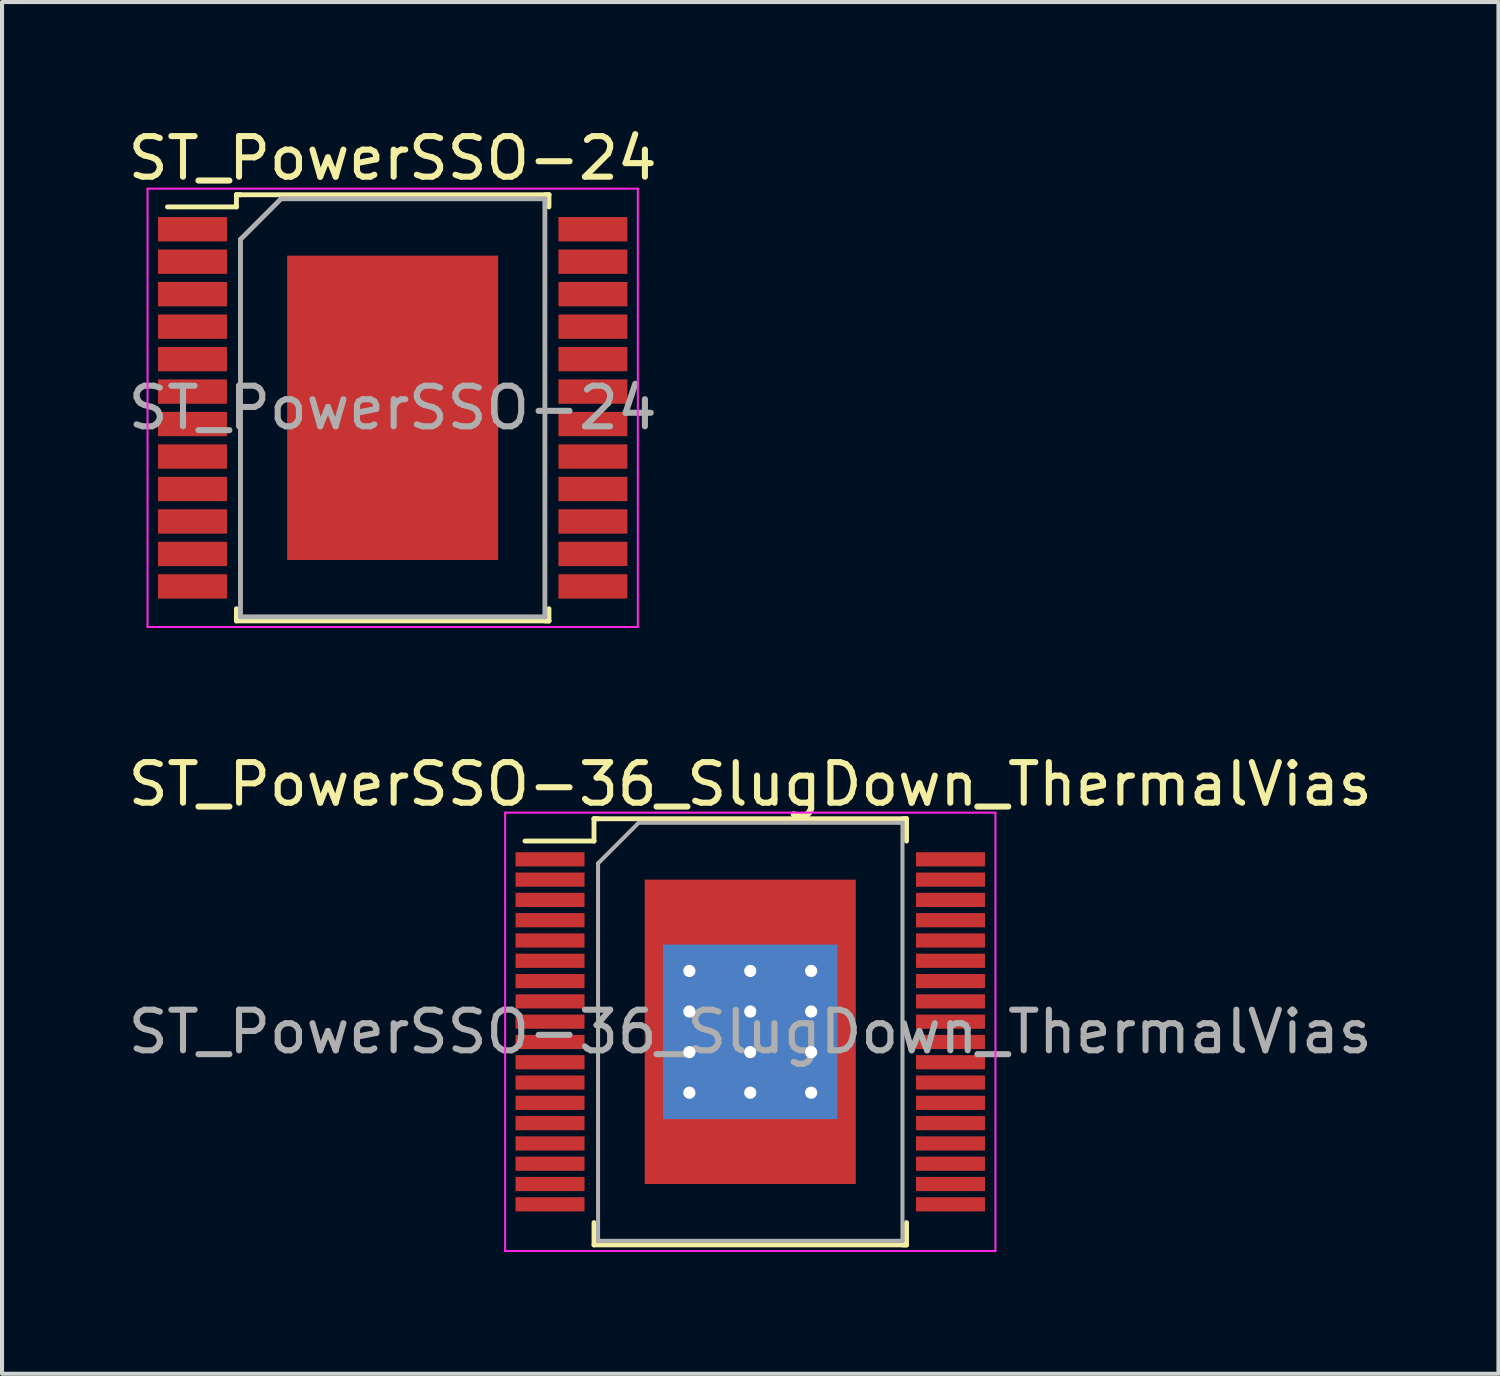
<source format=kicad_pcb>
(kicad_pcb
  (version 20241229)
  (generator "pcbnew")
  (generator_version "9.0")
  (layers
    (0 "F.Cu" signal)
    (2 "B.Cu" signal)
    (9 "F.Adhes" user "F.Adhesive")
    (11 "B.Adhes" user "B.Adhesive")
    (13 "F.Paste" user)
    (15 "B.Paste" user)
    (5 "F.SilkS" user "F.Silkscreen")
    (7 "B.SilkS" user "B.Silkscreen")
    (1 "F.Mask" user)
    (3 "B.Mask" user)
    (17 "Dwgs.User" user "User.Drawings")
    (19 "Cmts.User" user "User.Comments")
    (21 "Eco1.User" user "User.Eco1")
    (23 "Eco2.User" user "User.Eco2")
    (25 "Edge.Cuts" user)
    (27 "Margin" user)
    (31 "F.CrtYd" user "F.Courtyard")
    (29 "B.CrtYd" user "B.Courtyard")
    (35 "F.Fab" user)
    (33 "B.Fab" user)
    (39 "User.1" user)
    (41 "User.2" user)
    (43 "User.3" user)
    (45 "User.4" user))
  (footprint "ST_PowerSSO-36_SlugDown_ThermalVias"
    (layer "F.Cu")
    (at 15.435 22.372)
    (property "Reference" "ST_PowerSSO-36_SlugDown_ThermalVias" (at 0 -6.1 0) (layer "F.SilkS") (effects (font (size 1 1) (thickness 0.15))))
    (attr smd)
    (fp_line (start -3.85 -5.25) (end -3.85 -4.7) (stroke (width 0.12) (type solid)) (layer "F.SilkS"))
    (fp_line (start -3.85 -4.7) (end -5.55 -4.7) (stroke (width 0.12) (type solid)) (layer "F.SilkS"))
    (fp_line (start -3.85 5.25) (end -3.85 4.7) (stroke (width 0.12) (type solid)) (layer "F.SilkS"))
    (fp_line (start -3.75 -5.25) (end -3.85 -5.25) (stroke (width 0.12) (type solid)) (layer "F.SilkS"))
    (fp_line (start 3.75 -5.25) (end 3.85 -5.25) (stroke (width 0.12) (type solid)) (layer "F.SilkS"))
    (fp_line (start 3.75 5.25) (end 3.85 5.25) (stroke (width 0.12) (type solid)) (layer "F.SilkS"))
    (fp_line (start 3.85 -5.25) (end -3.85 -5.25) (stroke (width 0.12) (type solid)) (layer "F.SilkS"))
    (fp_line (start 3.85 -5.25) (end 3.85 -4.7) (stroke (width 0.12) (type solid)) (layer "F.SilkS"))
    (fp_line (start 3.85 5.25) (end -3.85 5.25) (stroke (width 0.12) (type solid)) (layer "F.SilkS"))
    (fp_line (start 3.85 5.25) (end 3.85 4.7) (stroke (width 0.12) (type solid)) (layer "F.SilkS"))
    (fp_line (start -6.04 -5.4) (end -6.04 5.4) (stroke (width 0.05) (type solid)) (layer "F.CrtYd"))
    (fp_line (start -6.04 -5.4) (end 6.04 -5.4) (stroke (width 0.05) (type solid)) (layer "F.CrtYd"))
    (fp_line (start 6.04 5.4) (end -6.04 5.4) (stroke (width 0.05) (type solid)) (layer "F.CrtYd"))
    (fp_line (start 6.04 5.4) (end 6.04 -5.4) (stroke (width 0.05) (type solid)) (layer "F.CrtYd"))
    (fp_line (start -3.75 -4.15) (end -3.75 5.15) (stroke (width 0.1) (type solid)) (layer "F.Fab"))
    (fp_line (start -3.75 5.15) (end 3.75 5.15) (stroke (width 0.1) (type solid)) (layer "F.Fab"))
    (fp_line (start -2.75 -5.15) (end -3.75 -4.15) (stroke (width 0.1) (type solid)) (layer "F.Fab"))
    (fp_line (start 3.75 -5.15) (end -2.75 -5.15) (stroke (width 0.1) (type solid)) (layer "F.Fab"))
    (fp_line (start 3.75 5.15) (end 3.75 -5.15) (stroke (width 0.1) (type solid)) (layer "F.Fab"))
    (fp_text user "${REFERENCE}" (at 0 0 0) (layer "F.Fab") (effects (font (size 1 1) (thickness 0.15))))
    (pad "1" smd rect (at -4.933 -4.25) (size 1.7 0.35) (layers "F.Cu" "F.Mask" "F.Paste"))
    (pad "2" smd rect (at -4.933 -3.75) (size 1.7 0.35) (layers "F.Cu" "F.Mask" "F.Paste"))
    (pad "3" smd rect (at -4.933 -3.25) (size 1.7 0.35) (layers "F.Cu" "F.Mask" "F.Paste"))
    (pad "4" smd rect (at -4.933 -2.75) (size 1.7 0.35) (layers "F.Cu" "F.Mask" "F.Paste"))
    (pad "5" smd rect (at -4.933 -2.25) (size 1.7 0.35) (layers "F.Cu" "F.Mask" "F.Paste"))
    (pad "6" smd rect (at -4.933 -1.75) (size 1.7 0.35) (layers "F.Cu" "F.Mask" "F.Paste"))
    (pad "7" smd rect (at -4.933 -1.25) (size 1.7 0.35) (layers "F.Cu" "F.Mask" "F.Paste"))
    (pad "8" smd rect (at -4.933 -0.75) (size 1.7 0.35) (layers "F.Cu" "F.Mask" "F.Paste"))
    (pad "9" smd rect (at -4.933 -0.25) (size 1.7 0.35) (layers "F.Cu" "F.Mask" "F.Paste"))
    (pad "10" smd rect (at -4.933 0.25) (size 1.7 0.35) (layers "F.Cu" "F.Mask" "F.Paste"))
    (pad "11" smd rect (at -4.933 0.75) (size 1.7 0.35) (layers "F.Cu" "F.Mask" "F.Paste"))
    (pad "12" smd rect (at -4.933 1.25) (size 1.7 0.35) (layers "F.Cu" "F.Mask" "F.Paste"))
    (pad "13" smd rect (at -4.933 1.75) (size 1.7 0.35) (layers "F.Cu" "F.Mask" "F.Paste"))
    (pad "14" smd rect (at -4.933 2.25) (size 1.7 0.35) (layers "F.Cu" "F.Mask" "F.Paste"))
    (pad "15" smd rect (at -4.933 2.75) (size 1.7 0.35) (layers "F.Cu" "F.Mask" "F.Paste"))
    (pad "16" smd rect (at -4.933 3.25) (size 1.7 0.35) (layers "F.Cu" "F.Mask" "F.Paste"))
    (pad "17" smd rect (at -4.933 3.75) (size 1.7 0.35) (layers "F.Cu" "F.Mask" "F.Paste"))
    (pad "18" smd rect (at -4.933 4.25) (size 1.7 0.35) (layers "F.Cu" "F.Mask" "F.Paste"))
    (pad "19" smd rect (at 4.933 4.25) (size 1.7 0.35) (layers "F.Cu" "F.Mask" "F.Paste"))
    (pad "20" smd rect (at 4.933 3.75) (size 1.7 0.35) (layers "F.Cu" "F.Mask" "F.Paste"))
    (pad "21" smd rect (at 4.933 3.25) (size 1.7 0.35) (layers "F.Cu" "F.Mask" "F.Paste"))
    (pad "22" smd rect (at 4.933 2.75) (size 1.7 0.35) (layers "F.Cu" "F.Mask" "F.Paste"))
    (pad "23" smd rect (at 4.933 2.25) (size 1.7 0.35) (layers "F.Cu" "F.Mask" "F.Paste"))
    (pad "24" smd rect (at 4.933 1.75) (size 1.7 0.35) (layers "F.Cu" "F.Mask" "F.Paste"))
    (pad "25" smd rect (at 4.933 1.25) (size 1.7 0.35) (layers "F.Cu" "F.Mask" "F.Paste"))
    (pad "26" smd rect (at 4.933 0.75) (size 1.7 0.35) (layers "F.Cu" "F.Mask" "F.Paste"))
    (pad "27" smd rect (at 4.933 0.25) (size 1.7 0.35) (layers "F.Cu" "F.Mask" "F.Paste"))
    (pad "28" smd rect (at 4.933 -0.25) (size 1.7 0.35) (layers "F.Cu" "F.Mask" "F.Paste"))
    (pad "29" smd rect (at 4.933 -0.75) (size 1.7 0.35) (layers "F.Cu" "F.Mask" "F.Paste"))
    (pad "30" smd rect (at 4.933 -1.25) (size 1.7 0.35) (layers "F.Cu" "F.Mask" "F.Paste"))
    (pad "31" smd rect (at 4.933 -1.75) (size 1.7 0.35) (layers "F.Cu" "F.Mask" "F.Paste"))
    (pad "32" smd rect (at 4.933 -2.25) (size 1.7 0.35) (layers "F.Cu" "F.Mask" "F.Paste"))
    (pad "33" smd rect (at 4.933 -2.75) (size 1.7 0.35) (layers "F.Cu" "F.Mask" "F.Paste"))
    (pad "34" smd rect (at 4.933 -3.25) (size 1.7 0.35) (layers "F.Cu" "F.Mask" "F.Paste"))
    (pad "35" smd rect (at 4.933 -3.75) (size 1.7 0.35) (layers "F.Cu" "F.Mask" "F.Paste"))
    (pad "36" smd rect (at 4.933 -4.25) (size 1.7 0.35) (layers "F.Cu" "F.Mask" "F.Paste"))
    (pad "37" thru_hole circle (at -1.5 -1.5) (size 0.6 0.6) (drill 0.3) (layers "*.Cu" "*.Mask"))
    (pad "37" thru_hole circle (at -1.5 -0.5) (size 0.6 0.6) (drill 0.3) (layers "*.Cu" "*.Mask"))
    (pad "37" thru_hole circle (at -1.5 0.5) (size 0.6 0.6) (drill 0.3) (layers "*.Cu" "*.Mask"))
    (pad "37" thru_hole circle (at -1.5 1.5) (size 0.6 0.6) (drill 0.3) (layers "*.Cu" "*.Mask"))
    (pad "37" thru_hole circle (at 0 -1.5) (size 0.6 0.6) (drill 0.3) (layers "*.Cu" "*.Mask"))
    (pad "37" thru_hole circle (at 0 -0.5) (size 0.6 0.6) (drill 0.3) (layers "*.Cu" "*.Mask"))
    (pad "37" smd rect (at 0 0) (size 4.3 4.3) (layers "B.Cu" "B.Mask"))
    (pad "37" smd rect (at 0 0) (size 5.2 7.5) (layers "F.Cu" "F.Mask" "F.Paste"))
    (pad "37" thru_hole circle (at 0 0.5) (size 0.6 0.6) (drill 0.3) (layers "*.Cu" "*.Mask"))
    (pad "37" thru_hole circle (at 0 1.5) (size 0.6 0.6) (drill 0.3) (layers "*.Cu" "*.Mask"))
    (pad "37" thru_hole circle (at 1.5 -1.5) (size 0.6 0.6) (drill 0.3) (layers "*.Cu" "*.Mask"))
    (pad "37" thru_hole circle (at 1.5 -0.5) (size 0.6 0.6) (drill 0.3) (layers "*.Cu" "*.Mask"))
    (pad "37" thru_hole circle (at 1.5 0.5) (size 0.6 0.6) (drill 0.3) (layers "*.Cu" "*.Mask"))
    (pad "37" thru_hole circle (at 1.5 1.5) (size 0.6 0.6) (drill 0.3) (layers "*.Cu" "*.Mask")))
  (footprint "ST_PowerSSO-24"
    (layer "F.Cu")
    (at 6.625 6.998)
    (property "Reference" "ST_PowerSSO-24" (at 0 -6.15 0) (layer "F.SilkS") (effects (font (size 1 1) (thickness 0.15))))
    (attr smd)
    (fp_line (start -3.85 -5.25) (end -3.85 -4.95) (stroke (width 0.12) (type solid)) (layer "F.SilkS"))
    (fp_line (start -3.85 -4.95) (end -5.55 -4.95) (stroke (width 0.12) (type solid)) (layer "F.SilkS"))
    (fp_line (start -3.85 5.25) (end -3.85 4.95) (stroke (width 0.12) (type solid)) (layer "F.SilkS"))
    (fp_line (start -3.75 -5.25) (end -3.85 -5.25) (stroke (width 0.12) (type solid)) (layer "F.SilkS"))
    (fp_line (start 3.75 -5.25) (end 3.85 -5.25) (stroke (width 0.12) (type solid)) (layer "F.SilkS"))
    (fp_line (start 3.75 5.25) (end 3.85 5.25) (stroke (width 0.12) (type solid)) (layer "F.SilkS"))
    (fp_line (start 3.85 -5.25) (end -3.85 -5.25) (stroke (width 0.12) (type solid)) (layer "F.SilkS"))
    (fp_line (start 3.85 -5.25) (end 3.85 -4.95) (stroke (width 0.12) (type solid)) (layer "F.SilkS"))
    (fp_line (start 3.85 5.25) (end -3.85 5.25) (stroke (width 0.12) (type solid)) (layer "F.SilkS"))
    (fp_line (start 3.85 5.25) (end 3.85 4.95) (stroke (width 0.12) (type solid)) (layer "F.SilkS"))
    (fp_line (start -6.04 -5.4) (end -6.04 5.4) (stroke (width 0.05) (type solid)) (layer "F.CrtYd"))
    (fp_line (start -6.04 -5.4) (end 6.04 -5.4) (stroke (width 0.05) (type solid)) (layer "F.CrtYd"))
    (fp_line (start 6.04 5.4) (end -6.04 5.4) (stroke (width 0.05) (type solid)) (layer "F.CrtYd"))
    (fp_line (start 6.04 5.4) (end 6.04 -5.4) (stroke (width 0.05) (type solid)) (layer "F.CrtYd"))
    (fp_line (start -3.75 -4.15) (end -3.75 5.15) (stroke (width 0.12) (type solid)) (layer "F.Fab"))
    (fp_line (start -3.75 5.15) (end 3.75 5.15) (stroke (width 0.12) (type solid)) (layer "F.Fab"))
    (fp_line (start -2.75 -5.15) (end -3.75 -4.15) (stroke (width 0.12) (type solid)) (layer "F.Fab"))
    (fp_line (start 3.75 -5.15) (end -2.75 -5.15) (stroke (width 0.12) (type solid)) (layer "F.Fab"))
    (fp_line (start 3.75 5.15) (end 3.75 -5.15) (stroke (width 0.12) (type solid)) (layer "F.Fab"))
    (fp_text user "${REFERENCE}" (at 0 0 0) (layer "F.Fab") (effects (font (size 1 1) (thickness 0.15))))
    (pad "1" smd rect (at -4.933 -4.4) (size 1.7 0.6) (layers "F.Cu" "F.Mask" "F.Paste"))
    (pad "2" smd rect (at -4.933 -3.6) (size 1.7 0.6) (layers "F.Cu" "F.Mask" "F.Paste"))
    (pad "3" smd rect (at -4.933 -2.8) (size 1.7 0.6) (layers "F.Cu" "F.Mask" "F.Paste"))
    (pad "4" smd rect (at -4.933 -2) (size 1.7 0.6) (layers "F.Cu" "F.Mask" "F.Paste"))
    (pad "5" smd rect (at -4.933 -1.2) (size 1.7 0.6) (layers "F.Cu" "F.Mask" "F.Paste"))
    (pad "6" smd rect (at -4.933 -0.4) (size 1.7 0.6) (layers "F.Cu" "F.Mask" "F.Paste"))
    (pad "7" smd rect (at -4.933 0.4) (size 1.7 0.6) (layers "F.Cu" "F.Mask" "F.Paste"))
    (pad "8" smd rect (at -4.933 1.2) (size 1.7 0.6) (layers "F.Cu" "F.Mask" "F.Paste"))
    (pad "9" smd rect (at -4.933 2) (size 1.7 0.6) (layers "F.Cu" "F.Mask" "F.Paste"))
    (pad "10" smd rect (at -4.933 2.8) (size 1.7 0.6) (layers "F.Cu" "F.Mask" "F.Paste"))
    (pad "11" smd rect (at -4.933 3.6) (size 1.7 0.6) (layers "F.Cu" "F.Mask" "F.Paste"))
    (pad "12" smd rect (at -4.933 4.4) (size 1.7 0.6) (layers "F.Cu" "F.Mask" "F.Paste"))
    (pad "13" smd rect (at 4.933 4.4) (size 1.7 0.6) (layers "F.Cu" "F.Mask" "F.Paste"))
    (pad "14" smd rect (at 4.933 3.6) (size 1.7 0.6) (layers "F.Cu" "F.Mask" "F.Paste"))
    (pad "15" smd rect (at 4.933 2.8) (size 1.7 0.6) (layers "F.Cu" "F.Mask" "F.Paste"))
    (pad "16" smd rect (at 4.933 2) (size 1.7 0.6) (layers "F.Cu" "F.Mask" "F.Paste"))
    (pad "17" smd rect (at 4.933 1.2) (size 1.7 0.6) (layers "F.Cu" "F.Mask" "F.Paste"))
    (pad "18" smd rect (at 4.933 0.4) (size 1.7 0.6) (layers "F.Cu" "F.Mask" "F.Paste"))
    (pad "19" smd rect (at 4.933 -0.4) (size 1.7 0.6) (layers "F.Cu" "F.Mask" "F.Paste"))
    (pad "20" smd rect (at 4.933 -1.2) (size 1.7 0.6) (layers "F.Cu" "F.Mask" "F.Paste"))
    (pad "21" smd rect (at 4.933 -2) (size 1.7 0.6) (layers "F.Cu" "F.Mask" "F.Paste"))
    (pad "22" smd rect (at 4.933 -2.8) (size 1.7 0.6) (layers "F.Cu" "F.Mask" "F.Paste"))
    (pad "23" smd rect (at 4.933 -3.6) (size 1.7 0.6) (layers "F.Cu" "F.Mask" "F.Paste"))
    (pad "24" smd rect (at 4.933 -4.4) (size 1.7 0.6) (layers "F.Cu" "F.Mask" "F.Paste"))
    (pad "25" smd rect (at 0 0) (size 5.2 7.5) (layers "F.Cu" "F.Mask" "F.Paste")))
  (gr_rect
    (start -3 -3)
    (end 33.869 30.797)
    (stroke (width 0.1) (type default))
    (fill no)
    (layer "Edge.Cuts")))
</source>
